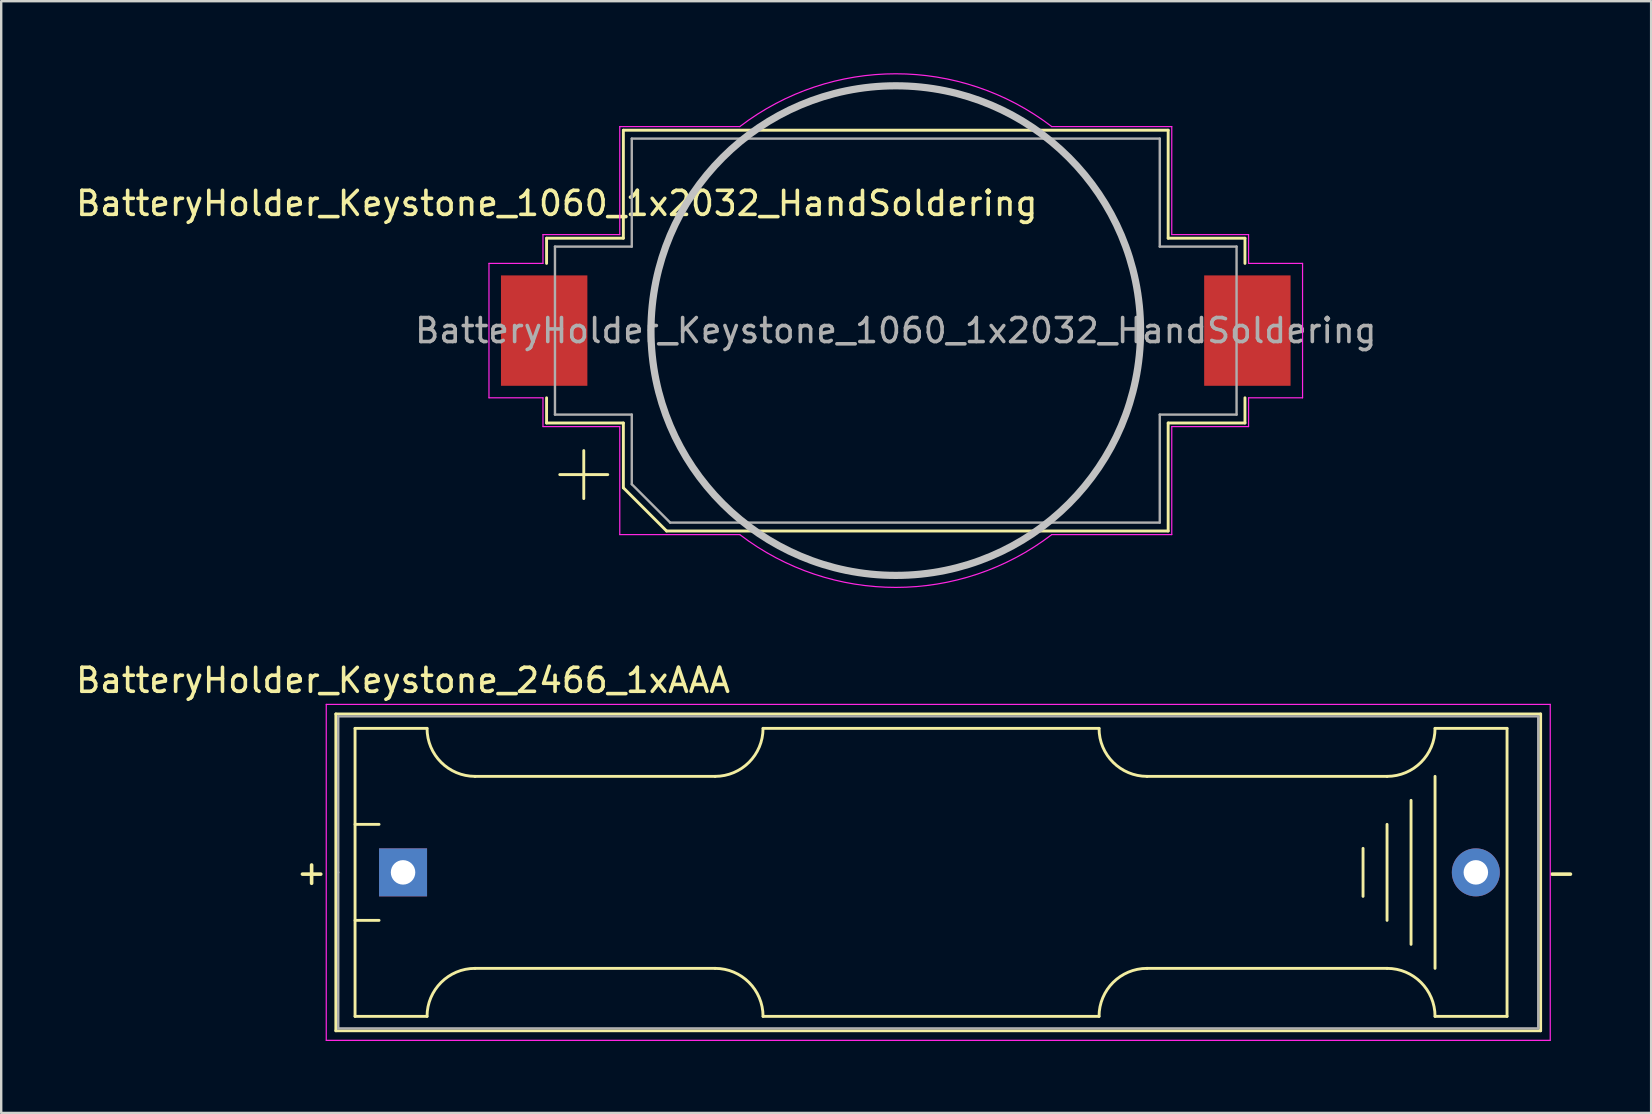
<source format=kicad_pcb>
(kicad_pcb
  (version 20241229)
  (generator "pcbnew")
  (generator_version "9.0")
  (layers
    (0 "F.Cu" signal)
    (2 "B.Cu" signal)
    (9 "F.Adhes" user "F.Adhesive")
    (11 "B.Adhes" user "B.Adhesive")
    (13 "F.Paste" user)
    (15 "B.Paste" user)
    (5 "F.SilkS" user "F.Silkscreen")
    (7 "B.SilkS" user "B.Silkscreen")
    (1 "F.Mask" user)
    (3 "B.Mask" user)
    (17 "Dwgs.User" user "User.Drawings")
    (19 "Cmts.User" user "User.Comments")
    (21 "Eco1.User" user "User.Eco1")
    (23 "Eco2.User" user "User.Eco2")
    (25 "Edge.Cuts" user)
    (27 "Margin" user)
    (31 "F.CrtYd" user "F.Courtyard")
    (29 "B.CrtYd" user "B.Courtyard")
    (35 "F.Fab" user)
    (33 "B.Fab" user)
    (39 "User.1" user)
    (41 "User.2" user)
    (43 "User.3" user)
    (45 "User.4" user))
  (footprint "BatteryHolder_Keystone_2466_1xAAA"
    (layer "F.Cu")
    (at 13.744 33.299)
    (property "Reference" "BatteryHolder_Keystone_2466_1xAAA" (at 0 -8 180) (layer "F.SilkS") (effects (font (size 1 1) (thickness 0.15))))
    (attr through_hole)
    (fp_line (start -2.8 -6.6) (end -2.8 6.6) (stroke (width 0.12) (type solid)) (layer "F.SilkS"))
    (fp_line (start -2.8 6.6) (end 47.4 6.6) (stroke (width 0.12) (type solid)) (layer "F.SilkS"))
    (fp_line (start -2 -6) (end -2 6) (stroke (width 0.12) (type solid)) (layer "F.SilkS"))
    (fp_line (start -2 -6) (end 1 -6) (stroke (width 0.12) (type solid)) (layer "F.SilkS"))
    (fp_line (start -2 -2) (end -1 -2) (stroke (width 0.12) (type solid)) (layer "F.SilkS"))
    (fp_line (start -2 6) (end 1 6) (stroke (width 0.12) (type solid)) (layer "F.SilkS"))
    (fp_line (start -1 2) (end -2 2) (stroke (width 0.12) (type solid)) (layer "F.SilkS"))
    (fp_line (start 3 -4) (end 13 -4) (stroke (width 0.12) (type solid)) (layer "F.SilkS"))
    (fp_line (start 3 4) (end 13 4) (stroke (width 0.12) (type solid)) (layer "F.SilkS"))
    (fp_line (start 15 6) (end 29 6) (stroke (width 0.12) (type solid)) (layer "F.SilkS"))
    (fp_line (start 29 -6) (end 15 -6) (stroke (width 0.12) (type solid)) (layer "F.SilkS"))
    (fp_line (start 40 -1) (end 40 1) (stroke (width 0.12) (type solid)) (layer "F.SilkS"))
    (fp_line (start 41 -4) (end 31 -4) (stroke (width 0.12) (type solid)) (layer "F.SilkS"))
    (fp_line (start 41 -2) (end 41 2) (stroke (width 0.12) (type solid)) (layer "F.SilkS"))
    (fp_line (start 41 4) (end 31 4) (stroke (width 0.12) (type solid)) (layer "F.SilkS"))
    (fp_line (start 42 3) (end 42 -3) (stroke (width 0.12) (type solid)) (layer "F.SilkS"))
    (fp_line (start 43 -4) (end 43 4) (stroke (width 0.12) (type solid)) (layer "F.SilkS"))
    (fp_line (start 46 -6) (end 43 -6) (stroke (width 0.12) (type solid)) (layer "F.SilkS"))
    (fp_line (start 46 -6) (end 46 6) (stroke (width 0.12) (type solid)) (layer "F.SilkS"))
    (fp_line (start 46 6) (end 43 6) (stroke (width 0.12) (type solid)) (layer "F.SilkS"))
    (fp_line (start 47.4 -6.6) (end -2.8 -6.6) (stroke (width 0.12) (type solid)) (layer "F.SilkS"))
    (fp_line (start 47.4 6.6) (end 47.4 -6.6) (stroke (width 0.12) (type solid)) (layer "F.SilkS"))
    (fp_arc (start 1 6) (mid 1.585786 4.585786) (end 3 4) (stroke (width 0.12) (type solid)) (layer "F.SilkS"))
    (fp_arc (start 3 -4) (mid 1.585786 -4.585786) (end 1 -6) (stroke (width 0.12) (type solid)) (layer "F.SilkS"))
    (fp_arc (start 13 4) (mid 14.414214 4.585786) (end 15 6) (stroke (width 0.12) (type solid)) (layer "F.SilkS"))
    (fp_arc (start 15 -6) (mid 14.414214 -4.585786) (end 13 -4) (stroke (width 0.12) (type solid)) (layer "F.SilkS"))
    (fp_arc (start 29 6) (mid 29.585786 4.585786) (end 31 4) (stroke (width 0.12) (type solid)) (layer "F.SilkS"))
    (fp_arc (start 31 -4) (mid 29.585786 -4.585786) (end 29 -6) (stroke (width 0.12) (type solid)) (layer "F.SilkS"))
    (fp_arc (start 41 4) (mid 42.414214 4.585786) (end 43 6) (stroke (width 0.12) (type solid)) (layer "F.SilkS"))
    (fp_arc (start 43 -6) (mid 42.414214 -4.585786) (end 41 -4) (stroke (width 0.12) (type solid)) (layer "F.SilkS"))
    (fp_line (start -3.2 -7) (end -3.2 7) (stroke (width 0.05) (type solid)) (layer "F.CrtYd"))
    (fp_line (start -3.2 7) (end 47.8 7) (stroke (width 0.05) (type solid)) (layer "F.CrtYd"))
    (fp_line (start 47.8 -7) (end -3.2 -7) (stroke (width 0.05) (type solid)) (layer "F.CrtYd"))
    (fp_line (start 47.8 7) (end 47.8 -7) (stroke (width 0.05) (type solid)) (layer "F.CrtYd"))
    (fp_line (start -2.7 -6.5) (end 47.3 -6.5) (stroke (width 0.1) (type solid)) (layer "F.Fab"))
    (fp_line (start -2.7 0) (end -2.7 -6.5) (stroke (width 0.1) (type solid)) (layer "F.Fab"))
    (fp_line (start -2.7 6.5) (end -2.7 0) (stroke (width 0.1) (type solid)) (layer "F.Fab"))
    (fp_line (start 47.3 -6.5) (end 47.3 6.5) (stroke (width 0.1) (type solid)) (layer "F.Fab"))
    (fp_line (start 47.3 6.5) (end -2.7 6.5) (stroke (width 0.1) (type solid)) (layer "F.Fab"))
    (fp_text user "+" (at -3.81 0 0) (layer "F.SilkS") (effects (font (size 1 1) (thickness 0.15))))
    (fp_text user "-" (at 48.26 0 0) (layer "F.SilkS") (effects (font (size 1 1) (thickness 0.15))))
    (pad "1" thru_hole rect (at 0 0) (size 2 2) (drill 1.02) (layers "*.Cu" "*.Mask"))
    (pad "2" thru_hole circle (at 44.7 0) (size 2 2) (drill 1.02) (layers "*.Cu" "*.Mask")))
  (footprint "BatteryHolder_Keystone_1060_1x2032_HandSoldering"
    (layer "F.Cu")
    (at 34.274 10.725)
    (property "Reference" "BatteryHolder_Keystone_1060_1x2032_HandSoldering" (at -14.125 -5.3 0) (layer "F.SilkS") (effects (font (size 1 1) (thickness 0.15))))
    (attr smd)
    (fp_line (start -14.55 -3.85) (end -14.55 -2.8) (stroke (width 0.12) (type solid)) (layer "F.SilkS"))
    (fp_line (start -14.55 3.85) (end -14.55 2.8) (stroke (width 0.12) (type solid)) (layer "F.SilkS"))
    (fp_line (start -13 5) (end -13 7) (stroke (width 0.12) (type solid)) (layer "F.SilkS"))
    (fp_line (start -12 6) (end -14 6) (stroke (width 0.12) (type solid)) (layer "F.SilkS"))
    (fp_line (start -11.35 -8.35) (end -11.35 -3.85) (stroke (width 0.12) (type solid)) (layer "F.SilkS"))
    (fp_line (start -11.35 -8.35) (end 11.35 -8.35) (stroke (width 0.12) (type solid)) (layer "F.SilkS"))
    (fp_line (start -11.35 -3.85) (end -14.55 -3.85) (stroke (width 0.12) (type solid)) (layer "F.SilkS"))
    (fp_line (start -11.35 3.85) (end -14.55 3.85) (stroke (width 0.12) (type solid)) (layer "F.SilkS"))
    (fp_line (start -11.35 6.55) (end -11.35 3.85) (stroke (width 0.12) (type solid)) (layer "F.SilkS"))
    (fp_line (start -9.55 8.35) (end -11.35 6.55) (stroke (width 0.12) (type solid)) (layer "F.SilkS"))
    (fp_line (start 11.35 -8.35) (end 11.35 -3.85) (stroke (width 0.12) (type solid)) (layer "F.SilkS"))
    (fp_line (start 11.35 -3.85) (end 14.55 -3.85) (stroke (width 0.12) (type solid)) (layer "F.SilkS"))
    (fp_line (start 11.35 3.85) (end 14.55 3.85) (stroke (width 0.12) (type solid)) (layer "F.SilkS"))
    (fp_line (start 11.35 8.35) (end -9.55 8.35) (stroke (width 0.12) (type solid)) (layer "F.SilkS"))
    (fp_line (start 11.35 8.35) (end 11.35 3.85) (stroke (width 0.12) (type solid)) (layer "F.SilkS"))
    (fp_line (start 14.55 -3.85) (end 14.55 -2.8) (stroke (width 0.12) (type solid)) (layer "F.SilkS"))
    (fp_line (start 14.55 3.85) (end 14.55 2.8) (stroke (width 0.12) (type solid)) (layer "F.SilkS"))
    (fp_circle (center 0 0) (end -10.2 0) (stroke (width 0.3) (type solid)) (fill no) (layer "Dwgs.User"))
    (fp_line (start -16.95 2.8) (end -16.95 -2.8) (stroke (width 0.05) (type solid)) (layer "F.CrtYd"))
    (fp_line (start -14.7 -4) (end -11.5 -4) (stroke (width 0.05) (type solid)) (layer "F.CrtYd"))
    (fp_line (start -14.7 -2.8) (end -16.95 -2.8) (stroke (width 0.05) (type solid)) (layer "F.CrtYd"))
    (fp_line (start -14.7 -2.8) (end -14.7 -4) (stroke (width 0.05) (type solid)) (layer "F.CrtYd"))
    (fp_line (start -14.7 2.8) (end -16.95 2.8) (stroke (width 0.05) (type solid)) (layer "F.CrtYd"))
    (fp_line (start -14.7 4) (end -14.7 2.8) (stroke (width 0.05) (type solid)) (layer "F.CrtYd"))
    (fp_line (start -14.7 4) (end -11.5 4) (stroke (width 0.05) (type solid)) (layer "F.CrtYd"))
    (fp_line (start -11.5 -8.5) (end -6.5 -8.5) (stroke (width 0.05) (type solid)) (layer "F.CrtYd"))
    (fp_line (start -11.5 -4) (end -11.5 -8.5) (stroke (width 0.05) (type solid)) (layer "F.CrtYd"))
    (fp_line (start -11.5 4) (end -11.5 8.5) (stroke (width 0.05) (type solid)) (layer "F.CrtYd"))
    (fp_line (start -6.5 8.5) (end -11.5 8.5) (stroke (width 0.05) (type solid)) (layer "F.CrtYd"))
    (fp_line (start 11.5 -8.5) (end 6.5 -8.5) (stroke (width 0.05) (type solid)) (layer "F.CrtYd"))
    (fp_line (start 11.5 -8.5) (end 11.5 -4) (stroke (width 0.05) (type solid)) (layer "F.CrtYd"))
    (fp_line (start 11.5 -4) (end 14.7 -4) (stroke (width 0.05) (type solid)) (layer "F.CrtYd"))
    (fp_line (start 11.5 4) (end 11.5 8.5) (stroke (width 0.05) (type solid)) (layer "F.CrtYd"))
    (fp_line (start 11.5 8.5) (end 6.5 8.5) (stroke (width 0.05) (type solid)) (layer "F.CrtYd"))
    (fp_line (start 14.7 -4) (end 14.7 -2.8) (stroke (width 0.05) (type solid)) (layer "F.CrtYd"))
    (fp_line (start 14.7 -2.8) (end 16.95 -2.8) (stroke (width 0.05) (type solid)) (layer "F.CrtYd"))
    (fp_line (start 14.7 2.8) (end 14.7 4) (stroke (width 0.05) (type solid)) (layer "F.CrtYd"))
    (fp_line (start 14.7 4) (end 11.5 4) (stroke (width 0.05) (type solid)) (layer "F.CrtYd"))
    (fp_line (start 16.95 -2.8) (end 16.95 2.8) (stroke (width 0.05) (type solid)) (layer "F.CrtYd"))
    (fp_line (start 16.95 2.8) (end 14.7 2.8) (stroke (width 0.05) (type solid)) (layer "F.CrtYd"))
    (fp_arc (start -6.499999 -8.5) (mid 0 -10.700467) (end 6.5 -8.5) (stroke (width 0.05) (type solid)) (layer "F.CrtYd"))
    (fp_arc (start 6.499999 8.5) (mid 0 10.700467) (end -6.5 8.5) (stroke (width 0.05) (type solid)) (layer "F.CrtYd"))
    (fp_line (start -14.2 -3.5) (end -11 -3.5) (stroke (width 0.1) (type solid)) (layer "F.Fab"))
    (fp_line (start -14.2 3.5) (end -14.2 -3.5) (stroke (width 0.1) (type solid)) (layer "F.Fab"))
    (fp_line (start -11 -8) (end -11 -3.5) (stroke (width 0.1) (type solid)) (layer "F.Fab"))
    (fp_line (start -11 3.5) (end -14.2 3.5) (stroke (width 0.1) (type solid)) (layer "F.Fab"))
    (fp_line (start -11 6.4) (end -11 3.5) (stroke (width 0.1) (type solid)) (layer "F.Fab"))
    (fp_line (start -9.4 8) (end -11 6.4) (stroke (width 0.1) (type solid)) (layer "F.Fab"))
    (fp_line (start 11 -8) (end -11 -8) (stroke (width 0.1) (type solid)) (layer "F.Fab"))
    (fp_line (start 11 -8) (end 11 -3.5) (stroke (width 0.1) (type solid)) (layer "F.Fab"))
    (fp_line (start 11 3.5) (end 14.2 3.5) (stroke (width 0.1) (type solid)) (layer "F.Fab"))
    (fp_line (start 11 8) (end -9.4 8) (stroke (width 0.1) (type solid)) (layer "F.Fab"))
    (fp_line (start 11 8) (end 11 3.5) (stroke (width 0.1) (type solid)) (layer "F.Fab"))
    (fp_line (start 14.2 -3.5) (end 11 -3.5) (stroke (width 0.1) (type solid)) (layer "F.Fab"))
    (fp_line (start 14.2 3.5) (end 14.2 -3.5) (stroke (width 0.1) (type solid)) (layer "F.Fab"))
    (fp_text user "${REFERENCE}" (at 0 0 0) (layer "F.Fab") (effects (font (size 1 1) (thickness 0.15))))
    (pad "1" smd rect (at -14.65 0 180) (size 3.6 4.6) (layers "F.Cu" "F.Mask" "F.Paste"))
    (pad "2" smd rect (at 14.65 0 180) (size 3.6 4.6) (layers "F.Cu" "F.Mask" "F.Paste")))
  (gr_rect
    (start -3 -3)
    (end 65.748 43.324)
    (stroke (width 0.1) (type default))
    (fill no)
    (layer "Edge.Cuts")))
</source>
